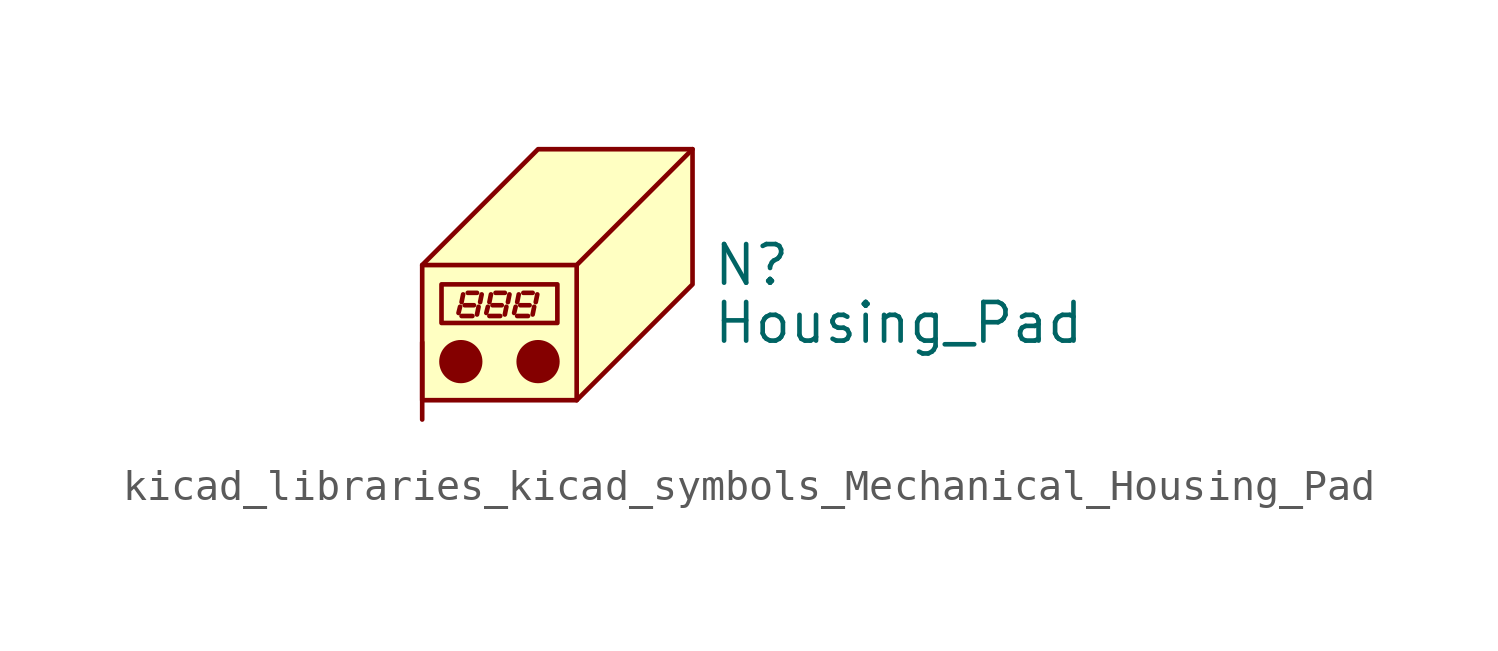
<source format=kicad_sym>
(kicad_symbol_lib
  (version 20220914)
  (generator kicad_symbol_editor)
  (symbol "kicad_libraries_kicad_symbols_Mechanical_Housing_Pad"
    (pin_numbers hide)
    (pin_names
      (offset 1.016) hide)
    (property "Reference" "N"
      (at 4.445 0 0)
      (effects (font (size 1.27 1.27)) (justify left)))
    (property "Value" "Housing_Pad"
      (at 4.445 -1.905 0)
      (effects (font (size 1.27 1.27)) (justify left)))
    (symbol "kicad_libraries_kicad_symbols_Mechanical_Housing_Pad_0_1"
      (rectangle (start -4.445 -0.635) (end -0.635 -1.905) (stroke (width 0) (type default)) (fill (type none)))
      (circle (center -3.81 -3.175) (radius 0.635) (stroke (width 0) (type default)) (fill (type outline)))
      (circle (center -1.27 -3.175) (radius 0.635) (stroke (width 0) (type default)) (fill (type outline)))
      (polyline (pts (xy -3.886 -1.575) (xy -3.835 -1.372)) (stroke (width 0) (type default)) (fill (type none)))
      (polyline (pts (xy -3.785 -1.676) (xy -3.429 -1.676)) (stroke (width 0) (type default)) (fill (type none)))
      (polyline (pts (xy -3.785 -1.219) (xy -3.734 -0.965)) (stroke (width 0) (type default)) (fill (type none)))
      (polyline (pts (xy -3.683 -1.321) (xy -3.378 -1.321)) (stroke (width 0) (type default)) (fill (type none)))
      (polyline (pts (xy -3.581 -0.914) (xy -3.277 -0.914)) (stroke (width 0) (type default)) (fill (type none)))
      (polyline (pts (xy -3.277 -1.626) (xy -3.226 -1.372)) (stroke (width 0) (type default)) (fill (type none)))
      (polyline (pts (xy -3.175 -1.219) (xy -3.124 -0.965)) (stroke (width 0) (type default)) (fill (type none)))
      (polyline (pts (xy -2.972 -1.575) (xy -2.921 -1.372)) (stroke (width 0) (type default)) (fill (type none)))
      (polyline (pts (xy -2.87 -1.676) (xy -2.515 -1.676)) (stroke (width 0) (type default)) (fill (type none)))
      (polyline (pts (xy -2.87 -1.219) (xy -2.819 -0.965)) (stroke (width 0) (type default)) (fill (type none)))
      (polyline (pts (xy -2.769 -1.321) (xy -2.464 -1.321)) (stroke (width 0) (type default)) (fill (type none)))
      (polyline (pts (xy -2.667 -0.914) (xy -2.362 -0.914)) (stroke (width 0) (type default)) (fill (type none)))
      (polyline (pts (xy -2.362 -1.626) (xy -2.311 -1.372)) (stroke (width 0) (type default)) (fill (type none)))
      (polyline (pts (xy -2.261 -1.219) (xy -2.21 -0.965)) (stroke (width 0) (type default)) (fill (type none)))
      (polyline (pts (xy -2.057 -1.575) (xy -2.007 -1.372)) (stroke (width 0) (type default)) (fill (type none)))
      (polyline (pts (xy -1.956 -1.676) (xy -1.6 -1.676)) (stroke (width 0) (type default)) (fill (type none)))
      (polyline (pts (xy -1.956 -1.219) (xy -1.905 -0.965)) (stroke (width 0) (type default)) (fill (type none)))
      (polyline (pts (xy -1.854 -1.321) (xy -1.549 -1.321)) (stroke (width 0) (type default)) (fill (type none)))
      (polyline (pts (xy -1.753 -0.914) (xy -1.448 -0.914)) (stroke (width 0) (type default)) (fill (type none)))
      (polyline (pts (xy -1.448 -1.626) (xy -1.397 -1.372)) (stroke (width 0) (type default)) (fill (type none)))
      (polyline (pts (xy -1.346 -1.219) (xy -1.295 -0.965)) (stroke (width 0) (type default)) (fill (type none)))
      (polyline (pts (xy 0 0) (xy 0 -4.445)) (stroke (width 0) (type default)) (fill (type none)))
      (polyline (pts (xy -5.08 0) (xy 0 0) (xy 3.81 3.81)) (stroke (width 0) (type default)) (fill (type none)))
      (polyline (pts (xy -5.08 0) (xy -5.08 -4.445) (xy 0 -4.445) (xy 3.81 -0.635) (xy 3.81 3.81) (xy -1.27 3.81) (xy -5.08 0)) (stroke (width 0) (type default)) (fill (type background))))
    (symbol "kicad_libraries_kicad_symbols_Mechanical_Housing_Pad_1_1"
      (pin input line (at -5.08 -5.08 90) (length 2.54) (name "PAD" (effects (font (size 1.27 1.27)))) (number "1" (effects (font (size 1.27 1.27))))))))
</source>
